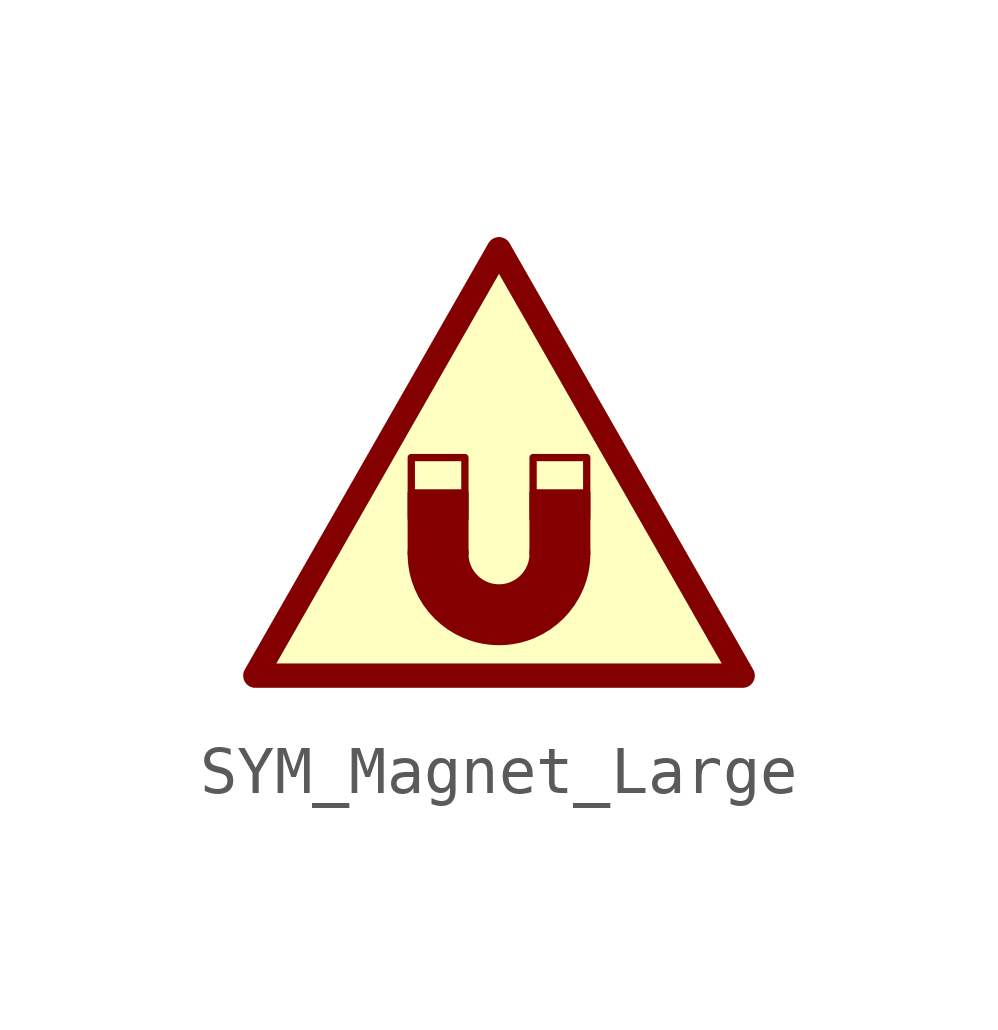
<source format=kicad_sym>
(kicad_symbol_lib
  (version 20201005)
  (generator kicad_symbol_editor)
  (symbol "Graphic:SYM_Magnet_Large"
    (pin_names
      (offset 1.016) hide)
    (property "Reference" "#SYM"
      (at 0 5.08 0)
      (effects (font (size 1.27 1.27)) hide))
    (symbol "SYM_Magnet_Large_0_1"
      (arc (start -1.27 -2.54) (end 1.27 -2.54) (radius (at 0 -2.54) (length 1.27) (angles -179.9 -0.1)) (stroke (width 1.27)) (fill (type none)))
      (rectangle (start -1.829 -1.27) (end -0.711 -2.54) (stroke (width 0)) (fill (type outline)))
      (rectangle (start 0.711 -1.27) (end 1.829 -2.54) (stroke (width 0)) (fill (type outline)))
      (rectangle (start -1.829 -0.533) (end -0.711 -1.803) (stroke (width 0)) (fill (type background)))
      (rectangle (start 0.711 -0.533) (end 1.829 -1.803) (stroke (width 0)) (fill (type background)))
      (polyline (pts (xy -5.08 -5.08) (xy 5.08 -5.08) (xy 0 3.81) (xy -5.08 -5.08)) (stroke (width 0.508)) (fill (type background))))))
</source>
